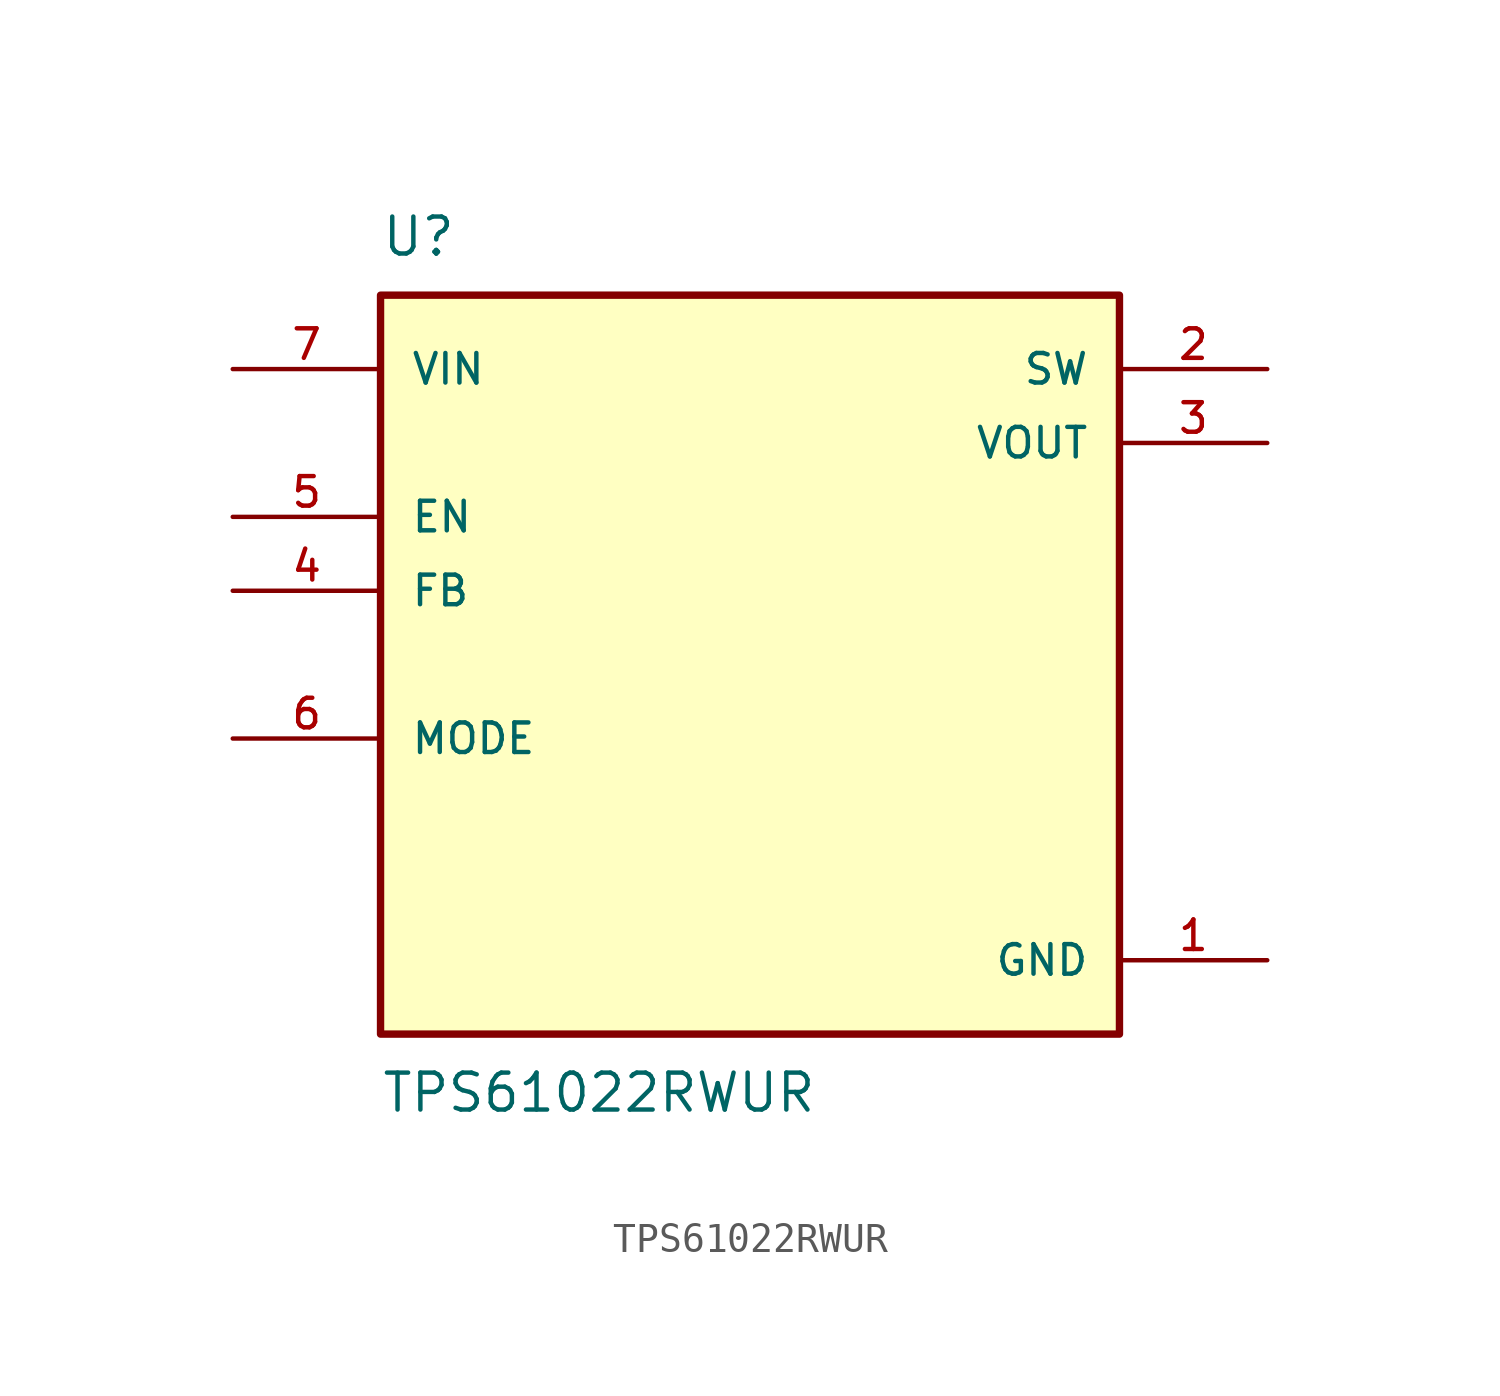
<source format=kicad_sym>
(kicad_symbol_lib
  (version 20231120)
  (generator "kicad_symbol_editor")
  (generator_version "8.0")
  (symbol "TPS61022RWUR"
    (pin_names
      (offset 1.016))
    (property "Reference" "U"
      (at -12.7 13.97 0)
      (effects (font (size 1.27 1.27)) (justify left bottom)))
    (property "Value" "TPS61022RWUR"
      (at -12.7 -13.97 0)
      (effects (font (size 1.27 1.27)) (justify left top)))
    (symbol "TPS61022RWUR_0_0"
      (rectangle (start -12.7 -12.7) (end 12.7 12.7) (stroke (width 0.254) (type default)) (fill (type background)))
      (pin power_in line (at 17.78 -10.16 180) (length 5.08) (name "GND" (effects (font (size 1.016 1.016)))) (number "1" (effects (font (size 1.016 1.016)))))
      (pin output line (at 17.78 10.16 180) (length 5.08) (name "SW" (effects (font (size 1.016 1.016)))) (number "2" (effects (font (size 1.016 1.016)))))
      (pin output line (at 17.78 7.62 180) (length 5.08) (name "VOUT" (effects (font (size 1.016 1.016)))) (number "3" (effects (font (size 1.016 1.016)))))
      (pin input line (at -17.78 2.54 0) (length 5.08) (name "FB" (effects (font (size 1.016 1.016)))) (number "4" (effects (font (size 1.016 1.016)))))
      (pin input line (at -17.78 5.08 0) (length 5.08) (name "EN" (effects (font (size 1.016 1.016)))) (number "5" (effects (font (size 1.016 1.016)))))
      (pin input line (at -17.78 -2.54 0) (length 5.08) (name "MODE" (effects (font (size 1.016 1.016)))) (number "6" (effects (font (size 1.016 1.016)))))
      (pin input line (at -17.78 10.16 0) (length 5.08) (name "VIN" (effects (font (size 1.016 1.016)))) (number "7" (effects (font (size 1.016 1.016))))))))
</source>
